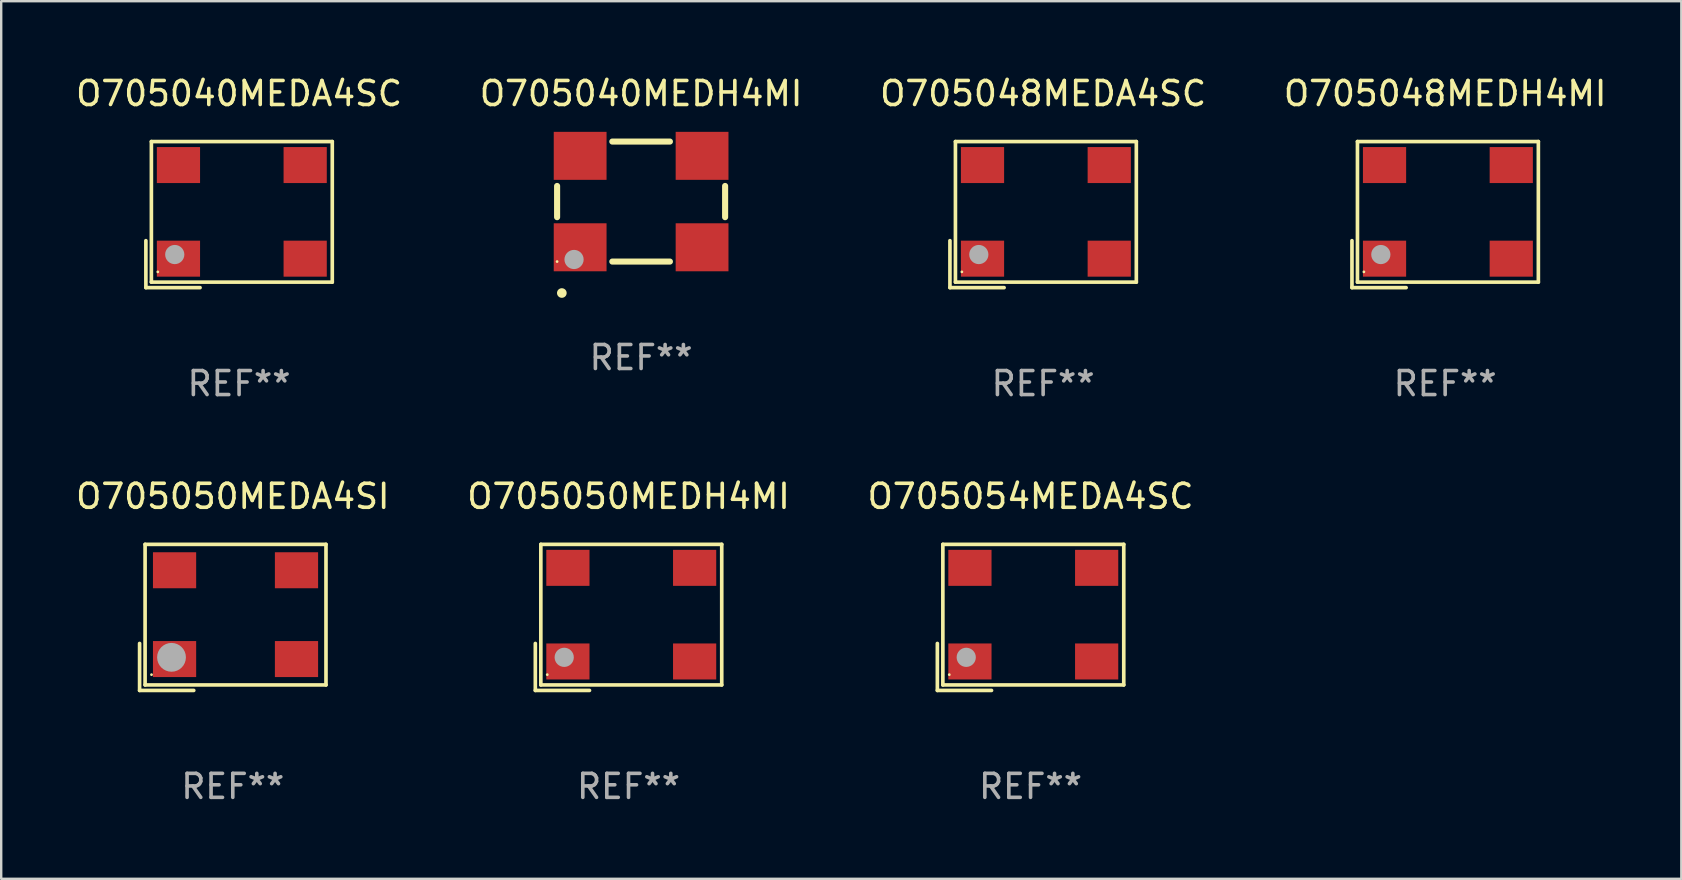
<source format=kicad_pcb>
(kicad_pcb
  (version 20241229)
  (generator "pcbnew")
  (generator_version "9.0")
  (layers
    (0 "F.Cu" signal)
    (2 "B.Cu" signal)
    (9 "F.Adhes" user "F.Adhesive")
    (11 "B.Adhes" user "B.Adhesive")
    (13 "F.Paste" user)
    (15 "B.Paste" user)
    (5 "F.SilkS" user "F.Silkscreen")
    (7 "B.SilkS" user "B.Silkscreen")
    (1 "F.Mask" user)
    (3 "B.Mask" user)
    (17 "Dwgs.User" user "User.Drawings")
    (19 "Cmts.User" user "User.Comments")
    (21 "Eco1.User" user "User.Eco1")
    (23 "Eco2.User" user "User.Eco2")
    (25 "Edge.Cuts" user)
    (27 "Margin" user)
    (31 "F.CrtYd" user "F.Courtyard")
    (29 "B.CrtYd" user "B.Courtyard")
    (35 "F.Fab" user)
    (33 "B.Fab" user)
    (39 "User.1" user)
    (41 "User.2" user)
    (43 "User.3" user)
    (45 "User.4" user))
  (footprint "O705050MEDH4MI"
    (layer "F.Cu")
    (at 23.137 22.673)
    (property "Reference" "O705050MEDH4MI" (at 0 -5.043 0) (layer "F.SilkS") (effects (font (size 1 1) (thickness 0.15))))
    (attr through_hole)
    (fp_line (start -3.883 1.086) (end -3.883 3.043) (stroke (width 0.152) (type solid)) (layer "F.SilkS"))
    (fp_line (start -3.883 3.043) (end -1.626 3.043) (stroke (width 0.152) (type solid)) (layer "F.SilkS"))
    (fp_line (start -3.654 -3.043) (end 3.883 -3.043) (stroke (width 0.152) (type solid)) (layer "F.SilkS"))
    (fp_line (start -3.654 2.814) (end -3.654 -3.043) (stroke (width 0.152) (type solid)) (layer "F.SilkS"))
    (fp_line (start 3.883 -3.043) (end 3.883 2.814) (stroke (width 0.152) (type solid)) (layer "F.SilkS"))
    (fp_line (start 3.883 2.814) (end -3.654 2.814) (stroke (width 0.152) (type solid)) (layer "F.SilkS"))
    (fp_circle (center -3.386 2.386) (end -3.356 2.386) (stroke (width 0.06) (type solid)) (fill no) (layer "F.SilkS"))
    (fp_circle (center -2.68 1.664) (end -2.48 1.664) (stroke (width 0.4) (type solid)) (fill no) (layer "F.Fab"))
    (fp_text user "REF**" (at 0 7.043 0) (layer "F.Fab") (effects (font (size 1 1) (thickness 0.15))))
    (pad "1" smd rect (at -2.526 1.836) (size 1.8 1.5) (layers "F.Cu" "F.Mask" "F.Paste"))
    (pad "2" smd rect (at 2.754 1.836) (size 1.8 1.5) (layers "F.Cu" "F.Mask" "F.Paste"))
    (pad "3" smd rect (at 2.754 -2.064) (size 1.8 1.5) (layers "F.Cu" "F.Mask" "F.Paste"))
    (pad "4" smd rect (at -2.526 -2.064) (size 1.8 1.5) (layers "F.Cu" "F.Mask" "F.Paste")))
  (footprint "O705040MEDH4MI"
    (layer "F.Cu")
    (at 23.661 5.348)
    (property "Reference" "O705040MEDH4MI" (at 0 -4.5 0) (layer "F.SilkS") (effects (font (size 1 1) (thickness 0.15))))
    (attr through_hole)
    (fp_line (start -3.5 0.65) (end -3.5 -0.65) (stroke (width 0.254) (type solid)) (layer "F.SilkS"))
    (fp_line (start 1.2 -2.5) (end -1.2 -2.5) (stroke (width 0.254) (type solid)) (layer "F.SilkS"))
    (fp_line (start 1.2 2.5) (end -1.2 2.5) (stroke (width 0.254) (type solid)) (layer "F.SilkS"))
    (fp_line (start 3.5 0.65) (end 3.5 -0.65) (stroke (width 0.254) (type solid)) (layer "F.SilkS"))
    (fp_arc (start -3.304547 3.81016) (mid -3.303277 3.810156) (end -3.302007 3.81016) (stroke (width 0.4) (type solid)) (layer "F.SilkS"))
    (fp_circle (center -3.5 2.5) (end -3.47 2.5) (stroke (width 0.06) (type solid)) (fill no) (layer "F.SilkS"))
    (fp_circle (center -2.794 2.413) (end -2.594 2.413) (stroke (width 0.4) (type solid)) (fill no) (layer "F.Fab"))
    (fp_text user "REF**" (at 0 6.5 0) (layer "F.Fab") (effects (font (size 1 1) (thickness 0.15))))
    (pad "1" smd rect (at -2.54 1.905 180) (size 2.2 2) (layers "F.Cu" "F.Mask" "F.Paste"))
    (pad "2" smd rect (at 2.54 1.905 180) (size 2.2 2) (layers "F.Cu" "F.Mask" "F.Paste"))
    (pad "3" smd rect (at 2.54 -1.905 180) (size 2.2 2) (layers "F.Cu" "F.Mask" "F.Paste"))
    (pad "4" smd rect (at -2.54 -1.905 180) (size 2.2 2) (layers "F.Cu" "F.Mask" "F.Paste")))
  (footprint "O705048MEDA4SC"
    (layer "F.Cu")
    (at 40.411 5.891)
    (property "Reference" "O705048MEDA4SC" (at 0 -5.043 0) (layer "F.SilkS") (effects (font (size 1 1) (thickness 0.15))))
    (attr through_hole)
    (fp_line (start -3.883 1.086) (end -3.883 3.043) (stroke (width 0.152) (type solid)) (layer "F.SilkS"))
    (fp_line (start -3.883 3.043) (end -1.626 3.043) (stroke (width 0.152) (type solid)) (layer "F.SilkS"))
    (fp_line (start -3.654 -3.043) (end 3.883 -3.043) (stroke (width 0.152) (type solid)) (layer "F.SilkS"))
    (fp_line (start -3.654 2.814) (end -3.654 -3.043) (stroke (width 0.152) (type solid)) (layer "F.SilkS"))
    (fp_line (start 3.883 -3.043) (end 3.883 2.814) (stroke (width 0.152) (type solid)) (layer "F.SilkS"))
    (fp_line (start 3.883 2.814) (end -3.654 2.814) (stroke (width 0.152) (type solid)) (layer "F.SilkS"))
    (fp_circle (center -3.386 2.386) (end -3.356 2.386) (stroke (width 0.06) (type solid)) (fill no) (layer "F.SilkS"))
    (fp_circle (center -2.68 1.664) (end -2.48 1.664) (stroke (width 0.4) (type solid)) (fill no) (layer "F.Fab"))
    (fp_text user "REF**" (at 0 7.043 0) (layer "F.Fab") (effects (font (size 1 1) (thickness 0.15))))
    (pad "1" smd rect (at -2.526 1.836) (size 1.8 1.5) (layers "F.Cu" "F.Mask" "F.Paste"))
    (pad "2" smd rect (at 2.754 1.836) (size 1.8 1.5) (layers "F.Cu" "F.Mask" "F.Paste"))
    (pad "3" smd rect (at 2.754 -2.064) (size 1.8 1.5) (layers "F.Cu" "F.Mask" "F.Paste"))
    (pad "4" smd rect (at -2.526 -2.064) (size 1.8 1.5) (layers "F.Cu" "F.Mask" "F.Paste")))
  (footprint "O705040MEDA4SC"
    (layer "F.Cu")
    (at 6.911 5.891)
    (property "Reference" "O705040MEDA4SC" (at 0 -5.043 0) (layer "F.SilkS") (effects (font (size 1 1) (thickness 0.15))))
    (attr through_hole)
    (fp_line (start -3.883 1.086) (end -3.883 3.043) (stroke (width 0.152) (type solid)) (layer "F.SilkS"))
    (fp_line (start -3.883 3.043) (end -1.626 3.043) (stroke (width 0.152) (type solid)) (layer "F.SilkS"))
    (fp_line (start -3.654 -3.043) (end 3.883 -3.043) (stroke (width 0.152) (type solid)) (layer "F.SilkS"))
    (fp_line (start -3.654 2.814) (end -3.654 -3.043) (stroke (width 0.152) (type solid)) (layer "F.SilkS"))
    (fp_line (start 3.883 -3.043) (end 3.883 2.814) (stroke (width 0.152) (type solid)) (layer "F.SilkS"))
    (fp_line (start 3.883 2.814) (end -3.654 2.814) (stroke (width 0.152) (type solid)) (layer "F.SilkS"))
    (fp_circle (center -3.386 2.386) (end -3.356 2.386) (stroke (width 0.06) (type solid)) (fill no) (layer "F.SilkS"))
    (fp_circle (center -2.68 1.664) (end -2.48 1.664) (stroke (width 0.4) (type solid)) (fill no) (layer "F.Fab"))
    (fp_text user "REF**" (at 0 7.043 0) (layer "F.Fab") (effects (font (size 1 1) (thickness 0.15))))
    (pad "1" smd rect (at -2.526 1.836) (size 1.8 1.5) (layers "F.Cu" "F.Mask" "F.Paste"))
    (pad "2" smd rect (at 2.754 1.836) (size 1.8 1.5) (layers "F.Cu" "F.Mask" "F.Paste"))
    (pad "3" smd rect (at 2.754 -2.064) (size 1.8 1.5) (layers "F.Cu" "F.Mask" "F.Paste"))
    (pad "4" smd rect (at -2.526 -2.064) (size 1.8 1.5) (layers "F.Cu" "F.Mask" "F.Paste")))
  (footprint "O705048MEDH4MI"
    (layer "F.Cu")
    (at 57.161 5.891)
    (property "Reference" "O705048MEDH4MI" (at 0 -5.043 0) (layer "F.SilkS") (effects (font (size 1 1) (thickness 0.15))))
    (attr through_hole)
    (fp_line (start -3.883 1.086) (end -3.883 3.043) (stroke (width 0.152) (type solid)) (layer "F.SilkS"))
    (fp_line (start -3.883 3.043) (end -1.626 3.043) (stroke (width 0.152) (type solid)) (layer "F.SilkS"))
    (fp_line (start -3.654 -3.043) (end 3.883 -3.043) (stroke (width 0.152) (type solid)) (layer "F.SilkS"))
    (fp_line (start -3.654 2.814) (end -3.654 -3.043) (stroke (width 0.152) (type solid)) (layer "F.SilkS"))
    (fp_line (start 3.883 -3.043) (end 3.883 2.814) (stroke (width 0.152) (type solid)) (layer "F.SilkS"))
    (fp_line (start 3.883 2.814) (end -3.654 2.814) (stroke (width 0.152) (type solid)) (layer "F.SilkS"))
    (fp_circle (center -3.386 2.386) (end -3.356 2.386) (stroke (width 0.06) (type solid)) (fill no) (layer "F.SilkS"))
    (fp_circle (center -2.68 1.664) (end -2.48 1.664) (stroke (width 0.4) (type solid)) (fill no) (layer "F.Fab"))
    (fp_text user "REF**" (at 0 7.043 0) (layer "F.Fab") (effects (font (size 1 1) (thickness 0.15))))
    (pad "1" smd rect (at -2.526 1.836) (size 1.8 1.5) (layers "F.Cu" "F.Mask" "F.Paste"))
    (pad "2" smd rect (at 2.754 1.836) (size 1.8 1.5) (layers "F.Cu" "F.Mask" "F.Paste"))
    (pad "3" smd rect (at 2.754 -2.064) (size 1.8 1.5) (layers "F.Cu" "F.Mask" "F.Paste"))
    (pad "4" smd rect (at -2.526 -2.064) (size 1.8 1.5) (layers "F.Cu" "F.Mask" "F.Paste")))
  (footprint "O705050MEDA4SI"
    (layer "F.Cu")
    (at 6.649 22.673)
    (property "Reference" "O705050MEDA4SI" (at 0 -5.043 0) (layer "F.SilkS") (effects (font (size 1 1) (thickness 0.15))))
    (attr through_hole)
    (fp_line (start -3.883 1.086) (end -3.883 3.043) (stroke (width 0.152) (type solid)) (layer "F.SilkS"))
    (fp_line (start -3.883 3.043) (end -1.626 3.043) (stroke (width 0.152) (type solid)) (layer "F.SilkS"))
    (fp_line (start -3.654 -3.043) (end 3.883 -3.043) (stroke (width 0.152) (type solid)) (layer "F.SilkS"))
    (fp_line (start -3.654 2.814) (end -3.654 -3.043) (stroke (width 0.152) (type solid)) (layer "F.SilkS"))
    (fp_line (start 3.883 -3.043) (end 3.883 2.814) (stroke (width 0.152) (type solid)) (layer "F.SilkS"))
    (fp_line (start 3.883 2.814) (end -3.654 2.814) (stroke (width 0.152) (type solid)) (layer "F.SilkS"))
    (fp_circle (center -3.386 2.386) (end -3.356 2.386) (stroke (width 0.06) (type solid)) (fill no) (layer "F.SilkS"))
    (fp_circle (center -2.553 1.664) (end -2.253 1.664) (stroke (width 0.6) (type solid)) (fill no) (layer "F.Fab"))
    (fp_text user "REF**" (at 0 7.043 0) (layer "F.Fab") (effects (font (size 1 1) (thickness 0.15))))
    (pad "1" smd rect (at -2.426 1.736) (size 1.8 1.5) (layers "F.Cu" "F.Mask" "F.Paste"))
    (pad "2" smd rect (at 2.654 1.736) (size 1.8 1.5) (layers "F.Cu" "F.Mask" "F.Paste"))
    (pad "3" smd rect (at 2.654 -1.964) (size 1.8 1.5) (layers "F.Cu" "F.Mask" "F.Paste"))
    (pad "4" smd rect (at -2.426 -1.964) (size 1.8 1.5) (layers "F.Cu" "F.Mask" "F.Paste")))
  (footprint "O705054MEDA4SC"
    (layer "F.Cu")
    (at 39.887 22.673)
    (property "Reference" "O705054MEDA4SC" (at 0 -5.043 0) (layer "F.SilkS") (effects (font (size 1 1) (thickness 0.15))))
    (attr through_hole)
    (fp_line (start -3.883 1.086) (end -3.883 3.043) (stroke (width 0.152) (type solid)) (layer "F.SilkS"))
    (fp_line (start -3.883 3.043) (end -1.626 3.043) (stroke (width 0.152) (type solid)) (layer "F.SilkS"))
    (fp_line (start -3.654 -3.043) (end 3.883 -3.043) (stroke (width 0.152) (type solid)) (layer "F.SilkS"))
    (fp_line (start -3.654 2.814) (end -3.654 -3.043) (stroke (width 0.152) (type solid)) (layer "F.SilkS"))
    (fp_line (start 3.883 -3.043) (end 3.883 2.814) (stroke (width 0.152) (type solid)) (layer "F.SilkS"))
    (fp_line (start 3.883 2.814) (end -3.654 2.814) (stroke (width 0.152) (type solid)) (layer "F.SilkS"))
    (fp_circle (center -3.386 2.386) (end -3.356 2.386) (stroke (width 0.06) (type solid)) (fill no) (layer "F.SilkS"))
    (fp_circle (center -2.68 1.664) (end -2.48 1.664) (stroke (width 0.4) (type solid)) (fill no) (layer "F.Fab"))
    (fp_text user "REF**" (at 0 7.043 0) (layer "F.Fab") (effects (font (size 1 1) (thickness 0.15))))
    (pad "1" smd rect (at -2.526 1.836) (size 1.8 1.5) (layers "F.Cu" "F.Mask" "F.Paste"))
    (pad "2" smd rect (at 2.754 1.836) (size 1.8 1.5) (layers "F.Cu" "F.Mask" "F.Paste"))
    (pad "3" smd rect (at 2.754 -2.064) (size 1.8 1.5) (layers "F.Cu" "F.Mask" "F.Paste"))
    (pad "4" smd rect (at -2.526 -2.064) (size 1.8 1.5) (layers "F.Cu" "F.Mask" "F.Paste")))
  (gr_rect
    (start -3 -3)
    (end 67 33.565)
    (stroke (width 0.1) (type default))
    (fill no)
    (layer "Edge.Cuts")))
</source>
